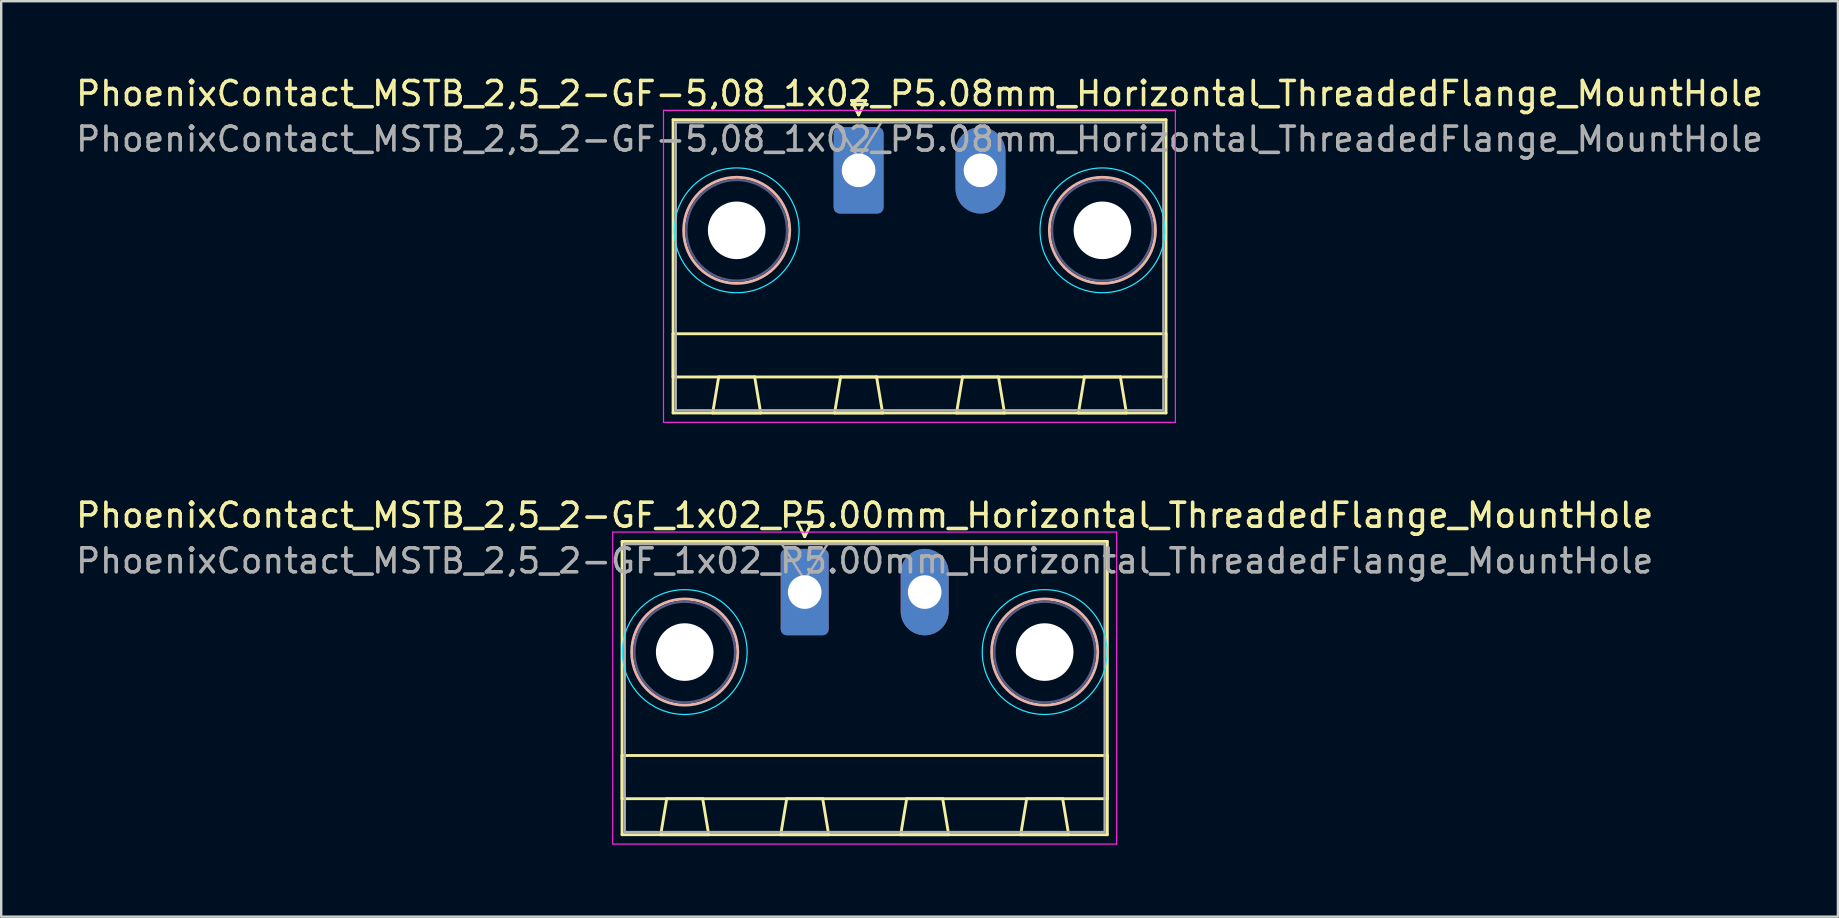
<source format=kicad_pcb>
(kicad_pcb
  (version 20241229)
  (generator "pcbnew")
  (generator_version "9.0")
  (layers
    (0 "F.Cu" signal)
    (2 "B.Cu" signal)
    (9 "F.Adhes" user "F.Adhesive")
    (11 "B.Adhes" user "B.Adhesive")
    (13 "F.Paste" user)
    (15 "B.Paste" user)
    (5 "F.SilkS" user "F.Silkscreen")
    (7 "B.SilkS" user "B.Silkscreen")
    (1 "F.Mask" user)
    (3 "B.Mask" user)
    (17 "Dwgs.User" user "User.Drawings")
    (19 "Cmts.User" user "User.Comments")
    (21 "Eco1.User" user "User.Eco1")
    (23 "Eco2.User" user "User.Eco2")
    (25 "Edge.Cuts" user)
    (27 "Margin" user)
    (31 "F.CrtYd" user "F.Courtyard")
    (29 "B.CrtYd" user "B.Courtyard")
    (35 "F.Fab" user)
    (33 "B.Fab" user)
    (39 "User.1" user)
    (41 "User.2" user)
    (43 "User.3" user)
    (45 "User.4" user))
  (footprint "PhoenixContact_MSTB_2,5_2-GF_1x02_P5.00mm_Horizontal_ThreadedFlange_MountHole"
    (layer "F.Cu")
    (at 30.482 21.622)
    (property "Reference" "PhoenixContact_MSTB_2,5_2-GF_1x02_P5.00mm_Horizontal_ThreadedFlange_MountHole" (at 2.5 -3.2 0) (layer "F.SilkS") (effects (font (size 1 1) (thickness 0.15))))
    (attr through_hole)
    (fp_line (start -7.61 -2.11) (end -7.61 10.11) (stroke (width 0.12) (type solid)) (layer "F.SilkS"))
    (fp_line (start -7.61 6.81) (end 12.61 6.81) (stroke (width 0.12) (type solid)) (layer "F.SilkS"))
    (fp_line (start -7.61 8.61) (end -7.61 6.81) (stroke (width 0.12) (type solid)) (layer "F.SilkS"))
    (fp_line (start -7.61 10.11) (end 12.61 10.11) (stroke (width 0.12) (type solid)) (layer "F.SilkS"))
    (fp_line (start -6 10.11) (end -4 10.11) (stroke (width 0.12) (type solid)) (layer "F.SilkS"))
    (fp_line (start -5.75 8.61) (end -6 10.11) (stroke (width 0.12) (type solid)) (layer "F.SilkS"))
    (fp_line (start -4.25 8.61) (end -5.75 8.61) (stroke (width 0.12) (type solid)) (layer "F.SilkS"))
    (fp_line (start -4 10.11) (end -4.25 8.61) (stroke (width 0.12) (type solid)) (layer "F.SilkS"))
    (fp_line (start -1 10.11) (end 1 10.11) (stroke (width 0.12) (type solid)) (layer "F.SilkS"))
    (fp_line (start -0.75 8.61) (end -1 10.11) (stroke (width 0.12) (type solid)) (layer "F.SilkS"))
    (fp_line (start -0.3 -2.91) (end 0.3 -2.91) (stroke (width 0.12) (type solid)) (layer "F.SilkS"))
    (fp_line (start 0 -2.31) (end -0.3 -2.91) (stroke (width 0.12) (type solid)) (layer "F.SilkS"))
    (fp_line (start 0.3 -2.91) (end 0 -2.31) (stroke (width 0.12) (type solid)) (layer "F.SilkS"))
    (fp_line (start 0.75 8.61) (end -0.75 8.61) (stroke (width 0.12) (type solid)) (layer "F.SilkS"))
    (fp_line (start 1 10.11) (end 0.75 8.61) (stroke (width 0.12) (type solid)) (layer "F.SilkS"))
    (fp_line (start 4 10.11) (end 6 10.11) (stroke (width 0.12) (type solid)) (layer "F.SilkS"))
    (fp_line (start 4.25 8.61) (end 4 10.11) (stroke (width 0.12) (type solid)) (layer "F.SilkS"))
    (fp_line (start 5.75 8.61) (end 4.25 8.61) (stroke (width 0.12) (type solid)) (layer "F.SilkS"))
    (fp_line (start 6 10.11) (end 5.75 8.61) (stroke (width 0.12) (type solid)) (layer "F.SilkS"))
    (fp_line (start 9 10.11) (end 11 10.11) (stroke (width 0.12) (type solid)) (layer "F.SilkS"))
    (fp_line (start 9.25 8.61) (end 9 10.11) (stroke (width 0.12) (type solid)) (layer "F.SilkS"))
    (fp_line (start 10.75 8.61) (end 9.25 8.61) (stroke (width 0.12) (type solid)) (layer "F.SilkS"))
    (fp_line (start 11 10.11) (end 10.75 8.61) (stroke (width 0.12) (type solid)) (layer "F.SilkS"))
    (fp_line (start 12.61 -2.11) (end -7.61 -2.11) (stroke (width 0.12) (type solid)) (layer "F.SilkS"))
    (fp_line (start 12.61 6.81) (end 12.61 8.61) (stroke (width 0.12) (type solid)) (layer "F.SilkS"))
    (fp_line (start 12.61 8.61) (end -7.61 8.61) (stroke (width 0.12) (type solid)) (layer "F.SilkS"))
    (fp_line (start 12.61 10.11) (end 12.61 -2.11) (stroke (width 0.12) (type solid)) (layer "F.SilkS"))
    (fp_circle (center -5 2.5) (end -2.79 2.5) (stroke (width 0.12) (type solid)) (fill no) (layer "B.SilkS"))
    (fp_circle (center 10 2.5) (end 12.21 2.5) (stroke (width 0.12) (type solid)) (fill no) (layer "B.SilkS"))
    (fp_circle (center -5 2.5) (end -2.4 2.5) (stroke (width 0.05) (type solid)) (fill no) (layer "B.CrtYd"))
    (fp_circle (center 10 2.5) (end 12.6 2.5) (stroke (width 0.05) (type solid)) (fill no) (layer "B.CrtYd"))
    (fp_line (start -8 -2.5) (end -8 10.5) (stroke (width 0.05) (type solid)) (layer "F.CrtYd"))
    (fp_line (start -8 10.5) (end 13 10.5) (stroke (width 0.05) (type solid)) (layer "F.CrtYd"))
    (fp_line (start 13 -2.5) (end -8 -2.5) (stroke (width 0.05) (type solid)) (layer "F.CrtYd"))
    (fp_line (start 13 10.5) (end 13 -2.5) (stroke (width 0.05) (type solid)) (layer "F.CrtYd"))
    (fp_circle (center -5 2.5) (end -2.9 2.5) (stroke (width 0.1) (type solid)) (fill no) (layer "B.Fab"))
    (fp_circle (center 10 2.5) (end 12.1 2.5) (stroke (width 0.1) (type solid)) (fill no) (layer "B.Fab"))
    (fp_line (start -7.5 -2) (end -7.5 10) (stroke (width 0.1) (type solid)) (layer "F.Fab"))
    (fp_line (start -7.5 10) (end 12.5 10) (stroke (width 0.1) (type solid)) (layer "F.Fab"))
    (fp_line (start 0 -0.5) (end -0.95 -2) (stroke (width 0.1) (type solid)) (layer "F.Fab"))
    (fp_line (start 0.95 -2) (end 0 -0.5) (stroke (width 0.1) (type solid)) (layer "F.Fab"))
    (fp_line (start 12.5 -2) (end -7.5 -2) (stroke (width 0.1) (type solid)) (layer "F.Fab"))
    (fp_line (start 12.5 10) (end 12.5 -2) (stroke (width 0.1) (type solid)) (layer "F.Fab"))
    (fp_text user "${REFERENCE}" (at 2.5 -1.3 0) (layer "F.Fab") (effects (font (size 1 1) (thickness 0.15))))
    (pad "" np_thru_hole circle (at -5 2.5) (size 2.4 2.4) (drill 2.4) (layers "*.Cu" "*.Mask"))
    (pad "" np_thru_hole circle (at 10 2.5) (size 2.4 2.4) (drill 2.4) (layers "*.Cu" "*.Mask"))
    (pad "1" thru_hole roundrect (at 0 0) (size 2 3.6) (drill 1.4) (layers "*.Cu" "*.Mask") (roundrect_rratio 0.125))
    (pad "2" thru_hole oval (at 5 0) (size 2 3.6) (drill 1.4) (layers "*.Cu" "*.Mask")))
  (footprint "PhoenixContact_MSTB_2,5_2-GF-5,08_1x02_P5.08mm_Horizontal_ThreadedFlange_MountHole"
    (layer "F.Cu")
    (at 32.728 4.048)
    (property "Reference" "PhoenixContact_MSTB_2,5_2-GF-5,08_1x02_P5.08mm_Horizontal_ThreadedFlange_MountHole" (at 2.54 -3.2 0) (layer "F.SilkS") (effects (font (size 1 1) (thickness 0.15))))
    (attr through_hole)
    (fp_line (start -7.73 -2.11) (end -7.73 10.11) (stroke (width 0.12) (type solid)) (layer "F.SilkS"))
    (fp_line (start -7.73 6.81) (end 12.81 6.81) (stroke (width 0.12) (type solid)) (layer "F.SilkS"))
    (fp_line (start -7.73 8.61) (end -7.73 6.81) (stroke (width 0.12) (type solid)) (layer "F.SilkS"))
    (fp_line (start -7.73 10.11) (end 12.81 10.11) (stroke (width 0.12) (type solid)) (layer "F.SilkS"))
    (fp_line (start -6.08 10.11) (end -4.08 10.11) (stroke (width 0.12) (type solid)) (layer "F.SilkS"))
    (fp_line (start -5.83 8.61) (end -6.08 10.11) (stroke (width 0.12) (type solid)) (layer "F.SilkS"))
    (fp_line (start -4.33 8.61) (end -5.83 8.61) (stroke (width 0.12) (type solid)) (layer "F.SilkS"))
    (fp_line (start -4.08 10.11) (end -4.33 8.61) (stroke (width 0.12) (type solid)) (layer "F.SilkS"))
    (fp_line (start -1 10.11) (end 1 10.11) (stroke (width 0.12) (type solid)) (layer "F.SilkS"))
    (fp_line (start -0.75 8.61) (end -1 10.11) (stroke (width 0.12) (type solid)) (layer "F.SilkS"))
    (fp_line (start -0.3 -2.91) (end 0.3 -2.91) (stroke (width 0.12) (type solid)) (layer "F.SilkS"))
    (fp_line (start 0 -2.31) (end -0.3 -2.91) (stroke (width 0.12) (type solid)) (layer "F.SilkS"))
    (fp_line (start 0.3 -2.91) (end 0 -2.31) (stroke (width 0.12) (type solid)) (layer "F.SilkS"))
    (fp_line (start 0.75 8.61) (end -0.75 8.61) (stroke (width 0.12) (type solid)) (layer "F.SilkS"))
    (fp_line (start 1 10.11) (end 0.75 8.61) (stroke (width 0.12) (type solid)) (layer "F.SilkS"))
    (fp_line (start 4.08 10.11) (end 6.08 10.11) (stroke (width 0.12) (type solid)) (layer "F.SilkS"))
    (fp_line (start 4.33 8.61) (end 4.08 10.11) (stroke (width 0.12) (type solid)) (layer "F.SilkS"))
    (fp_line (start 5.83 8.61) (end 4.33 8.61) (stroke (width 0.12) (type solid)) (layer "F.SilkS"))
    (fp_line (start 6.08 10.11) (end 5.83 8.61) (stroke (width 0.12) (type solid)) (layer "F.SilkS"))
    (fp_line (start 9.16 10.11) (end 11.16 10.11) (stroke (width 0.12) (type solid)) (layer "F.SilkS"))
    (fp_line (start 9.41 8.61) (end 9.16 10.11) (stroke (width 0.12) (type solid)) (layer "F.SilkS"))
    (fp_line (start 10.91 8.61) (end 9.41 8.61) (stroke (width 0.12) (type solid)) (layer "F.SilkS"))
    (fp_line (start 11.16 10.11) (end 10.91 8.61) (stroke (width 0.12) (type solid)) (layer "F.SilkS"))
    (fp_line (start 12.81 -2.11) (end -7.73 -2.11) (stroke (width 0.12) (type solid)) (layer "F.SilkS"))
    (fp_line (start 12.81 6.81) (end 12.81 8.61) (stroke (width 0.12) (type solid)) (layer "F.SilkS"))
    (fp_line (start 12.81 8.61) (end -7.73 8.61) (stroke (width 0.12) (type solid)) (layer "F.SilkS"))
    (fp_line (start 12.81 10.11) (end 12.81 -2.11) (stroke (width 0.12) (type solid)) (layer "F.SilkS"))
    (fp_circle (center -5.08 2.5) (end -2.87 2.5) (stroke (width 0.12) (type solid)) (fill no) (layer "B.SilkS"))
    (fp_circle (center 10.16 2.5) (end 12.37 2.5) (stroke (width 0.12) (type solid)) (fill no) (layer "B.SilkS"))
    (fp_circle (center -5.08 2.5) (end -2.48 2.5) (stroke (width 0.05) (type solid)) (fill no) (layer "B.CrtYd"))
    (fp_circle (center 10.16 2.5) (end 12.76 2.5) (stroke (width 0.05) (type solid)) (fill no) (layer "B.CrtYd"))
    (fp_line (start -8.13 -2.5) (end -8.13 10.5) (stroke (width 0.05) (type solid)) (layer "F.CrtYd"))
    (fp_line (start -8.13 10.5) (end 13.2 10.5) (stroke (width 0.05) (type solid)) (layer "F.CrtYd"))
    (fp_line (start 13.2 -2.5) (end -8.13 -2.5) (stroke (width 0.05) (type solid)) (layer "F.CrtYd"))
    (fp_line (start 13.2 10.5) (end 13.2 -2.5) (stroke (width 0.05) (type solid)) (layer "F.CrtYd"))
    (fp_circle (center -5.08 2.5) (end -2.98 2.5) (stroke (width 0.1) (type solid)) (fill no) (layer "B.Fab"))
    (fp_circle (center 10.16 2.5) (end 12.26 2.5) (stroke (width 0.1) (type solid)) (fill no) (layer "B.Fab"))
    (fp_line (start -7.62 -2) (end -7.62 10) (stroke (width 0.1) (type solid)) (layer "F.Fab"))
    (fp_line (start -7.62 10) (end 12.7 10) (stroke (width 0.1) (type solid)) (layer "F.Fab"))
    (fp_line (start 0 -0.5) (end -0.95 -2) (stroke (width 0.1) (type solid)) (layer "F.Fab"))
    (fp_line (start 0.95 -2) (end 0 -0.5) (stroke (width 0.1) (type solid)) (layer "F.Fab"))
    (fp_line (start 12.7 -2) (end -7.62 -2) (stroke (width 0.1) (type solid)) (layer "F.Fab"))
    (fp_line (start 12.7 10) (end 12.7 -2) (stroke (width 0.1) (type solid)) (layer "F.Fab"))
    (fp_text user "${REFERENCE}" (at 2.54 -1.3 0) (layer "F.Fab") (effects (font (size 1 1) (thickness 0.15))))
    (pad "" np_thru_hole circle (at -5.08 2.5) (size 2.4 2.4) (drill 2.4) (layers "*.Cu" "*.Mask"))
    (pad "" np_thru_hole circle (at 10.16 2.5) (size 2.4 2.4) (drill 2.4) (layers "*.Cu" "*.Mask"))
    (pad "1" thru_hole roundrect (at 0 0) (size 2.08 3.6) (drill 1.4) (layers "*.Cu" "*.Mask") (roundrect_rratio 0.12))
    (pad "2" thru_hole oval (at 5.08 0) (size 2.08 3.6) (drill 1.4) (layers "*.Cu" "*.Mask")))
  (gr_rect
    (start -3 -3)
    (end 73.536 35.147)
    (stroke (width 0.1) (type default))
    (fill no)
    (layer "Edge.Cuts")))
</source>
